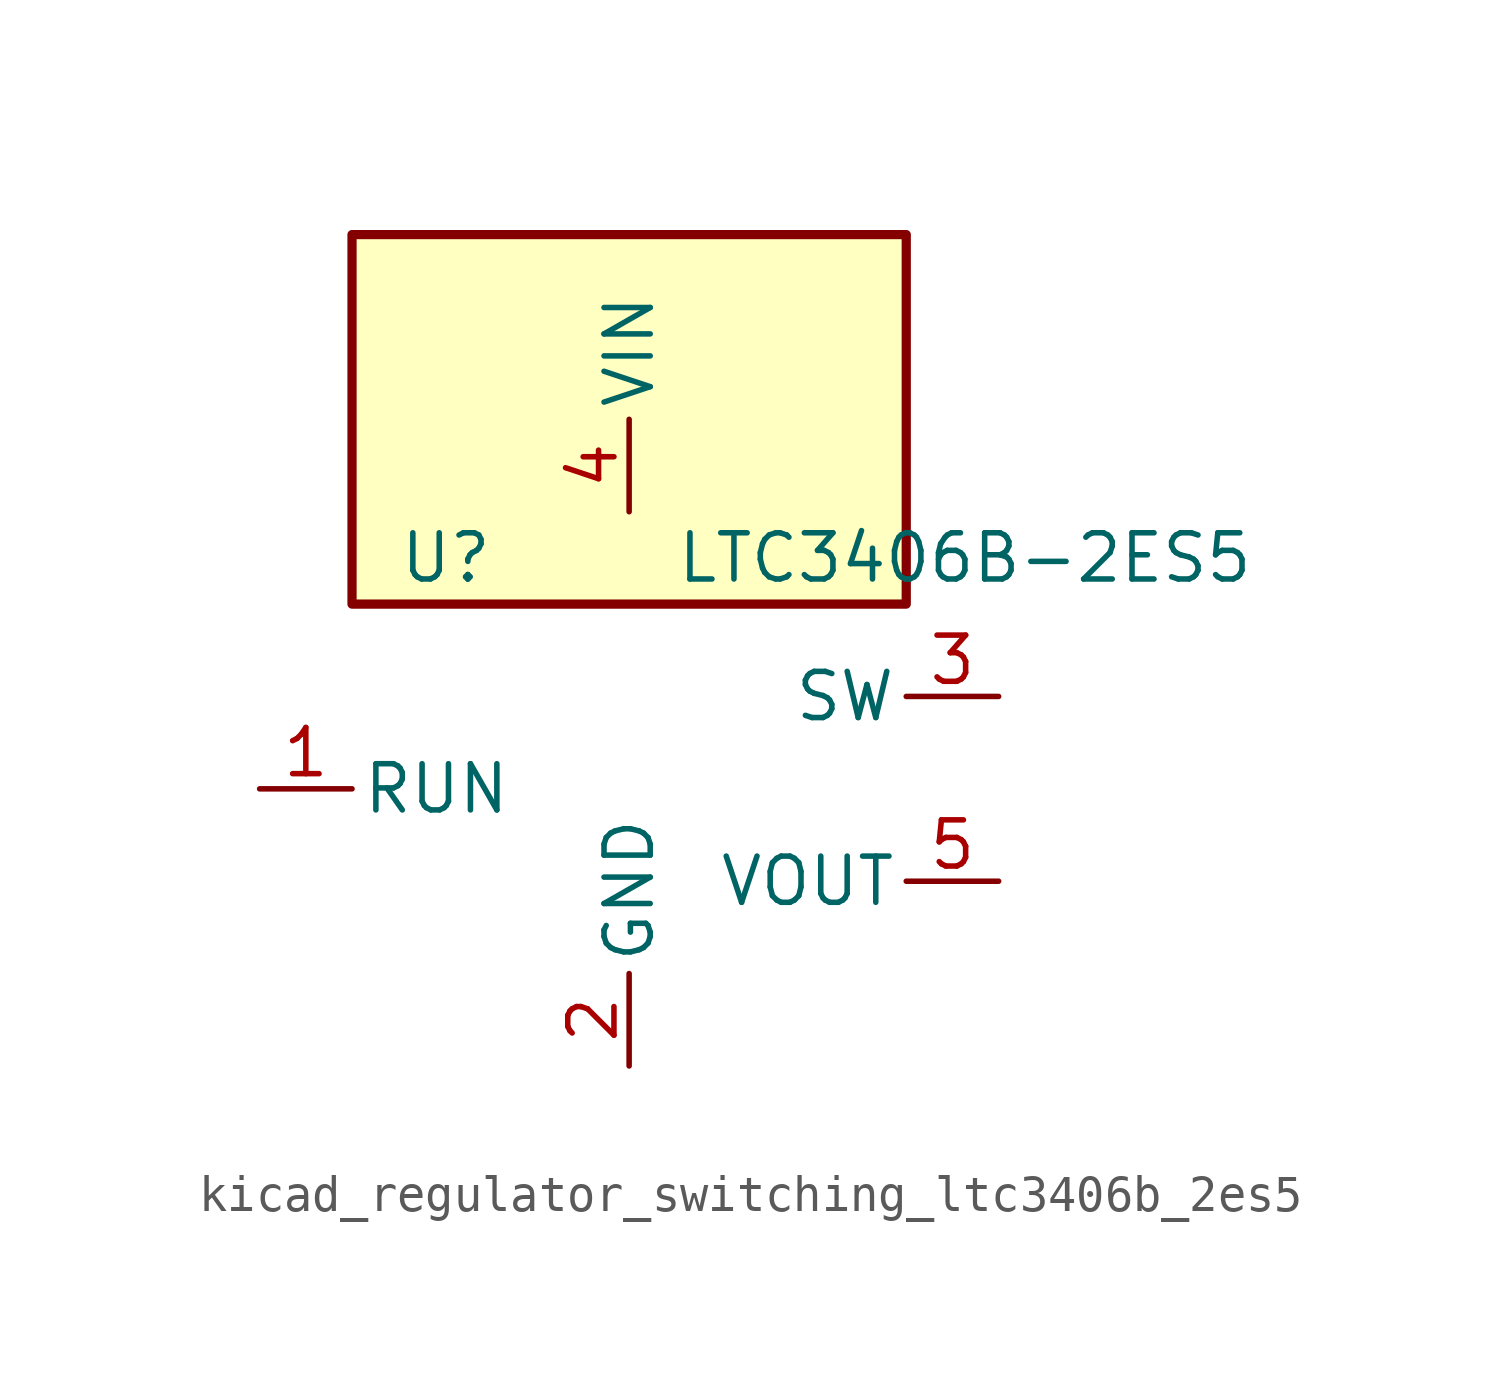
<source format=kicad_sym>
(kicad_symbol_lib
  (version 20220914)
  (generator kicad_symbol_editor)
  (symbol "kicad_regulator_switching_ltc3406b_2es5"
    (pin_names
      (offset 0.254))
    (property "Reference" "U"
      (at -6.35 6.35 0)
      (effects (font (size 1.27 1.27)) (justify left)))
    (property "Value" "LTC3406B-2ES5"
      (at 1.27 6.35 0)
      (effects (font (size 1.27 1.27)) (justify left)))
    (symbol "kicad_regulator_switching_ltc3406b_2es5_0_1"
      (rectangle (start 7.62 15.24) (end -7.62 5.08) (stroke (width 0.254) (type default)) (fill (type background))))
    (symbol "kicad_regulator_switching_ltc3406b_2es5_1_1"
      (pin input line (at -10.16 0 0) (length 2.54) (name "RUN" (effects (font (size 1.27 1.27)))) (number "1" (effects (font (size 1.27 1.27)))))
      (pin power_in line (at 0 -7.62 90) (length 2.54) (name "GND" (effects (font (size 1.27 1.27)))) (number "2" (effects (font (size 1.27 1.27)))))
      (pin output line (at 10.16 2.54 180) (length 2.54) (name "SW" (effects (font (size 1.27 1.27)))) (number "3" (effects (font (size 1.27 1.27)))))
      (pin power_in line (at 0 7.62 90) (length 2.54) (name "VIN" (effects (font (size 1.27 1.27)))) (number "4" (effects (font (size 1.27 1.27)))))
      (pin power_out line (at 10.16 -2.54 180) (length 2.54) (name "VOUT" (effects (font (size 1.27 1.27)))) (number "5" (effects (font (size 1.27 1.27))))))))
</source>
